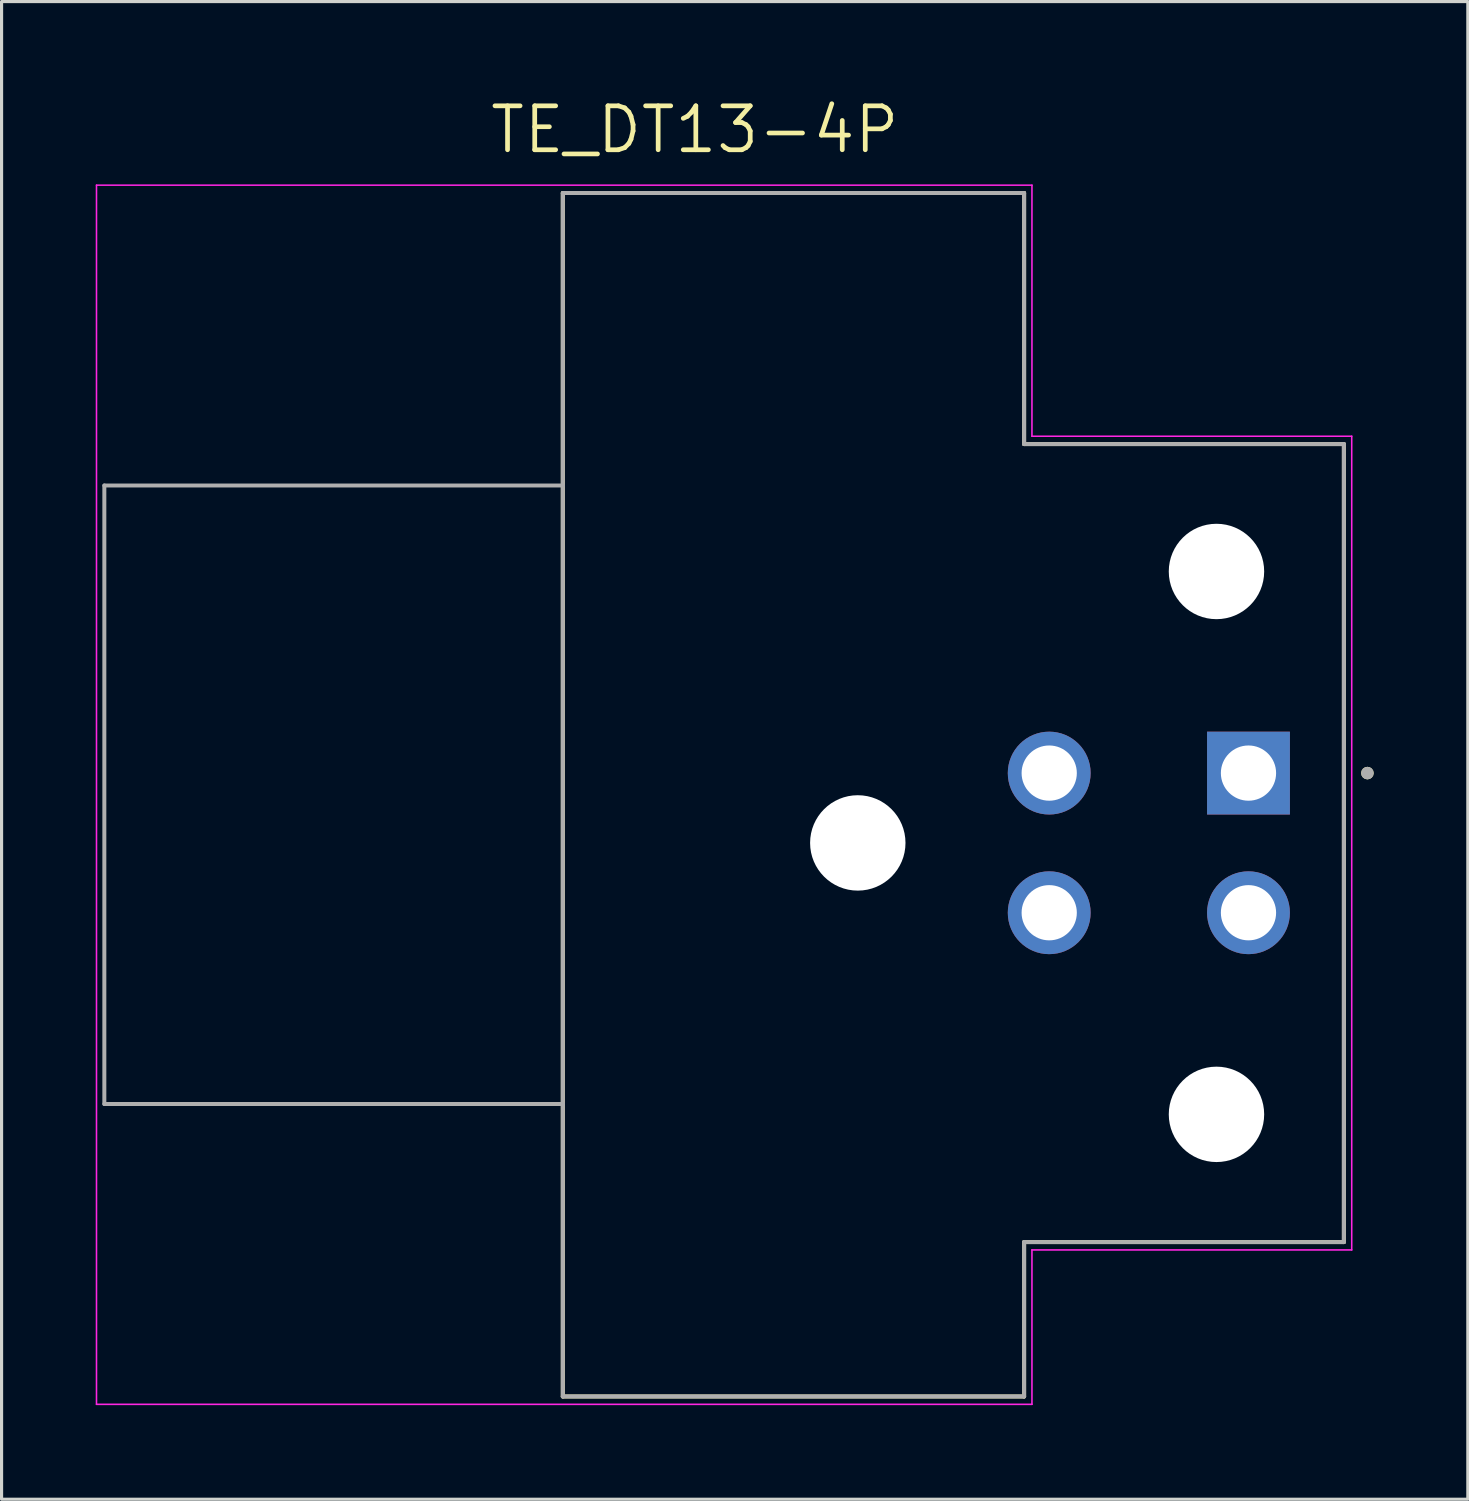
<source format=kicad_pcb>
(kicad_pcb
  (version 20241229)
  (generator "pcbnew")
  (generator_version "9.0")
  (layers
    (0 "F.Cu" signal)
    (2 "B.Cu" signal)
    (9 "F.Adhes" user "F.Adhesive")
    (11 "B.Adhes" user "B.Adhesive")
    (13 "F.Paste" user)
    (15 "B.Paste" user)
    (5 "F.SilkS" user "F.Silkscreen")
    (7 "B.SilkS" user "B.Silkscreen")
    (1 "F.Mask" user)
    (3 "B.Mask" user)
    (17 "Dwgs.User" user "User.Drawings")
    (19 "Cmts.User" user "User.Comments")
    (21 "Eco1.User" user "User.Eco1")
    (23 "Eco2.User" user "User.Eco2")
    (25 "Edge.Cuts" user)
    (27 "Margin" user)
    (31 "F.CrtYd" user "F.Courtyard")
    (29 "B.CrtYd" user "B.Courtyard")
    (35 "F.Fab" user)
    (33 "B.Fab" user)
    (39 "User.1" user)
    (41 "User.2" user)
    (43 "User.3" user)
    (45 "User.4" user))
  (footprint "TE_DT13-4P"
    (layer "F.Cu")
    (at 30.385 23.811)
    (property "Reference" "TE_DT13-4P" (at -11.295 -22.729 0) (layer "F.SilkS") (effects (font (size 1.4 1.4) (thickness 0.15))))
    (attr through_hole)
    (fp_line (start -15.5 -20.71) (end -0.8 -20.71) (stroke (width 0.127) (type solid)) (layer "F.SilkS"))
    (fp_line (start -15.5 17.64) (end -15.5 -20.71) (stroke (width 0.127) (type solid)) (layer "F.SilkS"))
    (fp_line (start -0.8 -20.71) (end -0.8 -12.71) (stroke (width 0.127) (type solid)) (layer "F.SilkS"))
    (fp_line (start -0.8 12.72) (end -0.8 17.64) (stroke (width 0.127) (type solid)) (layer "F.SilkS"))
    (fp_line (start -0.8 12.72) (end 9.39 12.72) (stroke (width 0.127) (type solid)) (layer "F.SilkS"))
    (fp_line (start -0.8 17.64) (end -15.5 17.64) (stroke (width 0.127) (type solid)) (layer "F.SilkS"))
    (fp_line (start 9.39 -12.71) (end -0.8 -12.71) (stroke (width 0.127) (type solid)) (layer "F.SilkS"))
    (fp_line (start 9.39 12.72) (end 9.39 -12.71) (stroke (width 0.127) (type solid)) (layer "F.SilkS"))
    (fp_circle (center 10.14 -2.225) (end 10.24 -2.225) (stroke (width 0.2) (type solid)) (fill no) (layer "F.SilkS"))
    (fp_line (start -30.36 -20.96) (end -30.36 17.89) (stroke (width 0.05) (type solid)) (layer "F.CrtYd"))
    (fp_line (start -30.36 17.89) (end -0.55 17.89) (stroke (width 0.05) (type solid)) (layer "F.CrtYd"))
    (fp_line (start -0.55 -20.96) (end -30.36 -20.96) (stroke (width 0.05) (type solid)) (layer "F.CrtYd"))
    (fp_line (start -0.55 -12.96) (end -0.55 -20.96) (stroke (width 0.05) (type solid)) (layer "F.CrtYd"))
    (fp_line (start -0.55 12.97) (end 9.64 12.97) (stroke (width 0.05) (type solid)) (layer "F.CrtYd"))
    (fp_line (start -0.55 17.89) (end -0.55 12.97) (stroke (width 0.05) (type solid)) (layer "F.CrtYd"))
    (fp_line (start 9.64 -12.96) (end -0.55 -12.96) (stroke (width 0.05) (type solid)) (layer "F.CrtYd"))
    (fp_line (start 9.64 12.97) (end 9.64 -12.96) (stroke (width 0.05) (type solid)) (layer "F.CrtYd"))
    (fp_line (start -30.11 -11.39) (end -15.5 -11.39) (stroke (width 0.127) (type solid)) (layer "F.Fab"))
    (fp_line (start -30.11 8.32) (end -30.11 -11.39) (stroke (width 0.127) (type solid)) (layer "F.Fab"))
    (fp_line (start -15.5 -20.71) (end -0.8 -20.71) (stroke (width 0.127) (type solid)) (layer "F.Fab"))
    (fp_line (start -15.5 -11.39) (end -15.5 -20.71) (stroke (width 0.127) (type solid)) (layer "F.Fab"))
    (fp_line (start -15.5 8.32) (end -30.11 8.32) (stroke (width 0.127) (type solid)) (layer "F.Fab"))
    (fp_line (start -15.5 8.32) (end -15.5 -11.39) (stroke (width 0.127) (type solid)) (layer "F.Fab"))
    (fp_line (start -15.5 17.64) (end -15.5 8.32) (stroke (width 0.127) (type solid)) (layer "F.Fab"))
    (fp_line (start -0.8 -20.71) (end -0.8 -12.71) (stroke (width 0.127) (type solid)) (layer "F.Fab"))
    (fp_line (start -0.8 12.72) (end -0.8 17.64) (stroke (width 0.127) (type solid)) (layer "F.Fab"))
    (fp_line (start -0.8 12.72) (end 9.39 12.72) (stroke (width 0.127) (type solid)) (layer "F.Fab"))
    (fp_line (start -0.8 17.64) (end -15.5 17.64) (stroke (width 0.127) (type solid)) (layer "F.Fab"))
    (fp_line (start 9.39 -12.71) (end -0.8 -12.71) (stroke (width 0.127) (type solid)) (layer "F.Fab"))
    (fp_line (start 9.39 12.72) (end 9.39 -12.71) (stroke (width 0.127) (type solid)) (layer "F.Fab"))
    (fp_circle (center 10.14 -2.225) (end 10.24 -2.225) (stroke (width 0.2) (type solid)) (fill no) (layer "F.Fab"))
    (pad "" np_thru_hole circle (at -6.1 0) (size 3.04 3.04) (drill 3.04) (layers "*.Cu" "*.Mask"))
    (pad "" np_thru_hole circle (at 5.33 -8.65) (size 3.04 3.04) (drill 3.04) (layers "*.Cu" "*.Mask"))
    (pad "" np_thru_hole circle (at 5.33 8.65) (size 3.04 3.04) (drill 3.04) (layers "*.Cu" "*.Mask"))
    (pad "1" thru_hole rect (at 6.35 -2.225) (size 2.64 2.64) (drill 1.76) (layers "*.Cu" "*.Mask"))
    (pad "2" thru_hole circle (at 6.35 2.225) (size 2.64 2.64) (drill 1.76) (layers "*.Cu" "*.Mask"))
    (pad "3" thru_hole circle (at 0 2.225) (size 2.64 2.64) (drill 1.76) (layers "*.Cu" "*.Mask"))
    (pad "4" thru_hole circle (at 0 -2.225) (size 2.64 2.64) (drill 1.76) (layers "*.Cu" "*.Mask")))
  (gr_rect
    (start -3 -3)
    (end 43.725 44.726)
    (stroke (width 0.1) (type default))
    (fill no)
    (layer "Edge.Cuts")))
</source>
